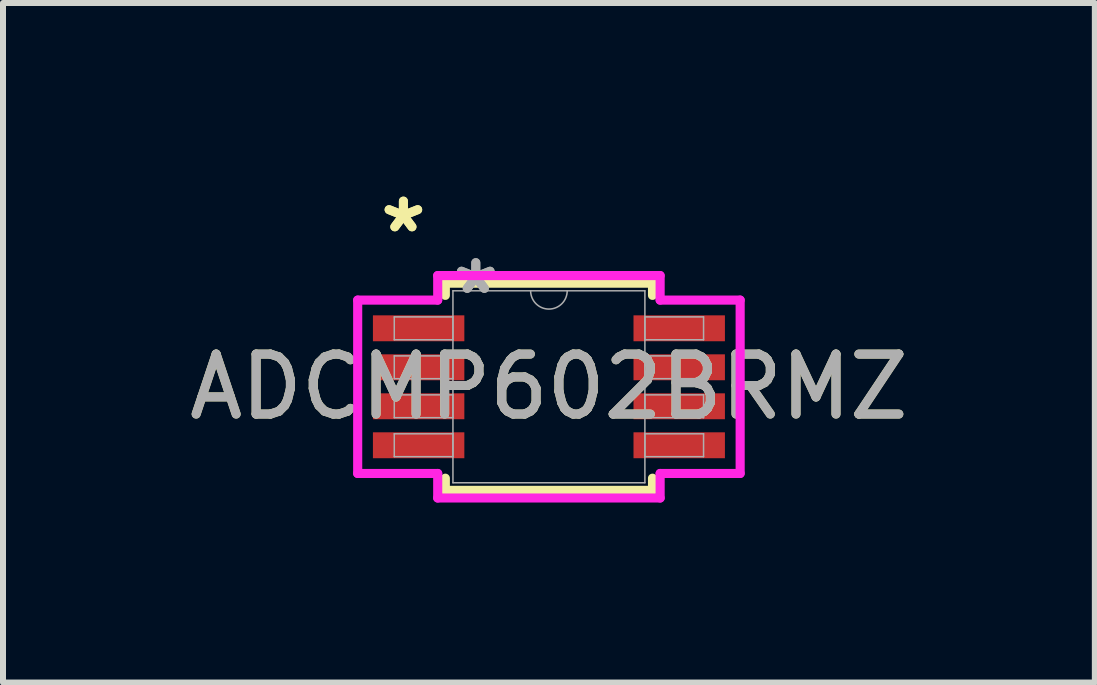
<source format=kicad_pcb>
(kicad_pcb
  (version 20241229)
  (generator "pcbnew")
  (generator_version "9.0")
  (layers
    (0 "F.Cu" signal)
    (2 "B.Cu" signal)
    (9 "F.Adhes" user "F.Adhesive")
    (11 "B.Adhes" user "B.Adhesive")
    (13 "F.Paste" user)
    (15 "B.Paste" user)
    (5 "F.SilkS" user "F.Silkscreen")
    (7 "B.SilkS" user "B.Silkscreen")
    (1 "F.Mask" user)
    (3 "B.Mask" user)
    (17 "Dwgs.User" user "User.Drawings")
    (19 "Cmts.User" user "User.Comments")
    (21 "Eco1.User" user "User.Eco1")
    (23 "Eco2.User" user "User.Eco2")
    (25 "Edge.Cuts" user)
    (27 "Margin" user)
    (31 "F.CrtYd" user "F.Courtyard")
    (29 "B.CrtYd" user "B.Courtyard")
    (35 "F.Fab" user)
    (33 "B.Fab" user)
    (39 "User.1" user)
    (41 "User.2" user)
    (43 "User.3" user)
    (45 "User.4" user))
  (footprint "ADCMP602BRMZ"
    (layer "F.Cu")
    (at 6.101 3.398)
    (property "Reference" "ADCMP602BRMZ" (at 0 0 0) (unlocked yes) (layer "F.SilkS") (effects (font (size 1 1) (thickness 0.15))))
    (attr smd)
    (fp_line (start -1.727 -1.727) (end -1.727 -1.524) (stroke (width 0.152) (type solid)) (layer "F.SilkS"))
    (fp_line (start -1.727 1.524) (end -1.727 1.727) (stroke (width 0.152) (type solid)) (layer "F.SilkS"))
    (fp_line (start -1.727 1.727) (end 1.727 1.727) (stroke (width 0.152) (type solid)) (layer "F.SilkS"))
    (fp_line (start 1.727 -1.727) (end -1.727 -1.727) (stroke (width 0.152) (type solid)) (layer "F.SilkS"))
    (fp_line (start 1.727 -1.524) (end 1.727 -1.727) (stroke (width 0.152) (type solid)) (layer "F.SilkS"))
    (fp_line (start 1.727 1.727) (end 1.727 1.524) (stroke (width 0.152) (type solid)) (layer "F.SilkS"))
    (fp_line (start -3.188 -1.445) (end -1.854 -1.445) (stroke (width 0.152) (type solid)) (layer "F.CrtYd"))
    (fp_line (start -3.188 1.445) (end -3.188 -1.445) (stroke (width 0.152) (type solid)) (layer "F.CrtYd"))
    (fp_line (start -3.188 1.445) (end -1.854 1.445) (stroke (width 0.152) (type solid)) (layer "F.CrtYd"))
    (fp_line (start -1.854 -1.854) (end 1.854 -1.854) (stroke (width 0.152) (type solid)) (layer "F.CrtYd"))
    (fp_line (start -1.854 -1.445) (end -1.854 -1.854) (stroke (width 0.152) (type solid)) (layer "F.CrtYd"))
    (fp_line (start -1.854 1.854) (end -1.854 1.445) (stroke (width 0.152) (type solid)) (layer "F.CrtYd"))
    (fp_line (start 1.854 -1.854) (end 1.854 -1.445) (stroke (width 0.152) (type solid)) (layer "F.CrtYd"))
    (fp_line (start 1.854 1.445) (end 1.854 1.854) (stroke (width 0.152) (type solid)) (layer "F.CrtYd"))
    (fp_line (start 1.854 1.854) (end -1.854 1.854) (stroke (width 0.152) (type solid)) (layer "F.CrtYd"))
    (fp_line (start 3.188 -1.445) (end 1.854 -1.445) (stroke (width 0.152) (type solid)) (layer "F.CrtYd"))
    (fp_line (start 3.188 -1.445) (end 3.188 1.445) (stroke (width 0.152) (type solid)) (layer "F.CrtYd"))
    (fp_line (start 3.188 1.445) (end 1.854 1.445) (stroke (width 0.152) (type solid)) (layer "F.CrtYd"))
    (fp_line (start -2.578 -1.165) (end -2.578 -0.784) (stroke (width 0.025) (type solid)) (layer "F.Fab"))
    (fp_line (start -2.578 -0.784) (end -1.6 -0.784) (stroke (width 0.025) (type solid)) (layer "F.Fab"))
    (fp_line (start -2.578 -0.515) (end -2.578 -0.135) (stroke (width 0.025) (type solid)) (layer "F.Fab"))
    (fp_line (start -2.578 -0.135) (end -1.6 -0.135) (stroke (width 0.025) (type solid)) (layer "F.Fab"))
    (fp_line (start -2.578 0.135) (end -2.578 0.515) (stroke (width 0.025) (type solid)) (layer "F.Fab"))
    (fp_line (start -2.578 0.515) (end -1.6 0.515) (stroke (width 0.025) (type solid)) (layer "F.Fab"))
    (fp_line (start -2.578 0.784) (end -2.578 1.165) (stroke (width 0.025) (type solid)) (layer "F.Fab"))
    (fp_line (start -2.578 1.165) (end -1.6 1.165) (stroke (width 0.025) (type solid)) (layer "F.Fab"))
    (fp_line (start -1.6 -1.6) (end -1.6 1.6) (stroke (width 0.025) (type solid)) (layer "F.Fab"))
    (fp_line (start -1.6 -1.165) (end -2.578 -1.165) (stroke (width 0.025) (type solid)) (layer "F.Fab"))
    (fp_line (start -1.6 -0.784) (end -1.6 -1.165) (stroke (width 0.025) (type solid)) (layer "F.Fab"))
    (fp_line (start -1.6 -0.515) (end -2.578 -0.515) (stroke (width 0.025) (type solid)) (layer "F.Fab"))
    (fp_line (start -1.6 -0.135) (end -1.6 -0.515) (stroke (width 0.025) (type solid)) (layer "F.Fab"))
    (fp_line (start -1.6 0.135) (end -2.578 0.135) (stroke (width 0.025) (type solid)) (layer "F.Fab"))
    (fp_line (start -1.6 0.515) (end -1.6 0.135) (stroke (width 0.025) (type solid)) (layer "F.Fab"))
    (fp_line (start -1.6 0.784) (end -2.578 0.784) (stroke (width 0.025) (type solid)) (layer "F.Fab"))
    (fp_line (start -1.6 1.165) (end -1.6 0.784) (stroke (width 0.025) (type solid)) (layer "F.Fab"))
    (fp_line (start -1.6 1.6) (end 1.6 1.6) (stroke (width 0.025) (type solid)) (layer "F.Fab"))
    (fp_line (start 1.6 -1.6) (end -1.6 -1.6) (stroke (width 0.025) (type solid)) (layer "F.Fab"))
    (fp_line (start 1.6 -1.165) (end 1.6 -0.784) (stroke (width 0.025) (type solid)) (layer "F.Fab"))
    (fp_line (start 1.6 -0.784) (end 2.578 -0.784) (stroke (width 0.025) (type solid)) (layer "F.Fab"))
    (fp_line (start 1.6 -0.515) (end 1.6 -0.135) (stroke (width 0.025) (type solid)) (layer "F.Fab"))
    (fp_line (start 1.6 -0.135) (end 2.578 -0.135) (stroke (width 0.025) (type solid)) (layer "F.Fab"))
    (fp_line (start 1.6 0.135) (end 1.6 0.515) (stroke (width 0.025) (type solid)) (layer "F.Fab"))
    (fp_line (start 1.6 0.515) (end 2.578 0.515) (stroke (width 0.025) (type solid)) (layer "F.Fab"))
    (fp_line (start 1.6 0.784) (end 1.6 1.165) (stroke (width 0.025) (type solid)) (layer "F.Fab"))
    (fp_line (start 1.6 1.165) (end 2.578 1.165) (stroke (width 0.025) (type solid)) (layer "F.Fab"))
    (fp_line (start 1.6 1.6) (end 1.6 -1.6) (stroke (width 0.025) (type solid)) (layer "F.Fab"))
    (fp_line (start 2.578 -1.165) (end 1.6 -1.165) (stroke (width 0.025) (type solid)) (layer "F.Fab"))
    (fp_line (start 2.578 -0.784) (end 2.578 -1.165) (stroke (width 0.025) (type solid)) (layer "F.Fab"))
    (fp_line (start 2.578 -0.515) (end 1.6 -0.515) (stroke (width 0.025) (type solid)) (layer "F.Fab"))
    (fp_line (start 2.578 -0.135) (end 2.578 -0.515) (stroke (width 0.025) (type solid)) (layer "F.Fab"))
    (fp_line (start 2.578 0.135) (end 1.6 0.135) (stroke (width 0.025) (type solid)) (layer "F.Fab"))
    (fp_line (start 2.578 0.515) (end 2.578 0.135) (stroke (width 0.025) (type solid)) (layer "F.Fab"))
    (fp_line (start 2.578 0.784) (end 1.6 0.784) (stroke (width 0.025) (type solid)) (layer "F.Fab"))
    (fp_line (start 2.578 1.165) (end 2.578 0.784) (stroke (width 0.025) (type solid)) (layer "F.Fab"))
    (fp_arc (start 0.3048 -1.6002) (mid 0 -1.2954) (end -0.3048 -1.6002) (stroke (width 0.0254) (type solid)) (layer "F.Fab"))
    (fp_text user "*" (at -2.426 -2.55 0) (layer "F.SilkS") (effects (font (size 1 1) (thickness 0.15))))
    (fp_text user "*" (at -2.426 -2.55 0) (unlocked yes) (layer "F.SilkS") (effects (font (size 1 1) (thickness 0.15))))
    (fp_text user "*" (at -1.219 -1.524 0) (layer "F.Fab") (effects (font (size 1 1) (thickness 0.15))))
    (fp_text user "*" (at -1.219 -1.524 0) (unlocked yes) (layer "F.Fab") (effects (font (size 1 1) (thickness 0.15))))
    (fp_text user "${REFERENCE}" (at 0 0 0) (unlocked yes) (layer "F.Fab") (effects (font (size 1 1) (thickness 0.15))))
    (pad "1" smd rect (at -2.172 -0.975) (size 1.524 0.432) (layers "F.Cu" "F.Mask" "F.Paste"))
    (pad "2" smd rect (at -2.172 -0.325) (size 1.524 0.432) (layers "F.Cu" "F.Mask" "F.Paste"))
    (pad "3" smd rect (at -2.172 0.325) (size 1.524 0.432) (layers "F.Cu" "F.Mask" "F.Paste"))
    (pad "4" smd rect (at -2.172 0.975) (size 1.524 0.432) (layers "F.Cu" "F.Mask" "F.Paste"))
    (pad "5" smd rect (at 2.172 0.975) (size 1.524 0.432) (layers "F.Cu" "F.Mask" "F.Paste"))
    (pad "6" smd rect (at 2.172 0.325) (size 1.524 0.432) (layers "F.Cu" "F.Mask" "F.Paste"))
    (pad "7" smd rect (at 2.172 -0.325) (size 1.524 0.432) (layers "F.Cu" "F.Mask" "F.Paste"))
    (pad "8" smd rect (at 2.172 -0.975) (size 1.524 0.432) (layers "F.Cu" "F.Mask" "F.Paste")))
  (gr_rect
    (start -3 -3)
    (end 15.202 8.328)
    (stroke (width 0.1) (type default))
    (fill no)
    (layer "Edge.Cuts")))
</source>
